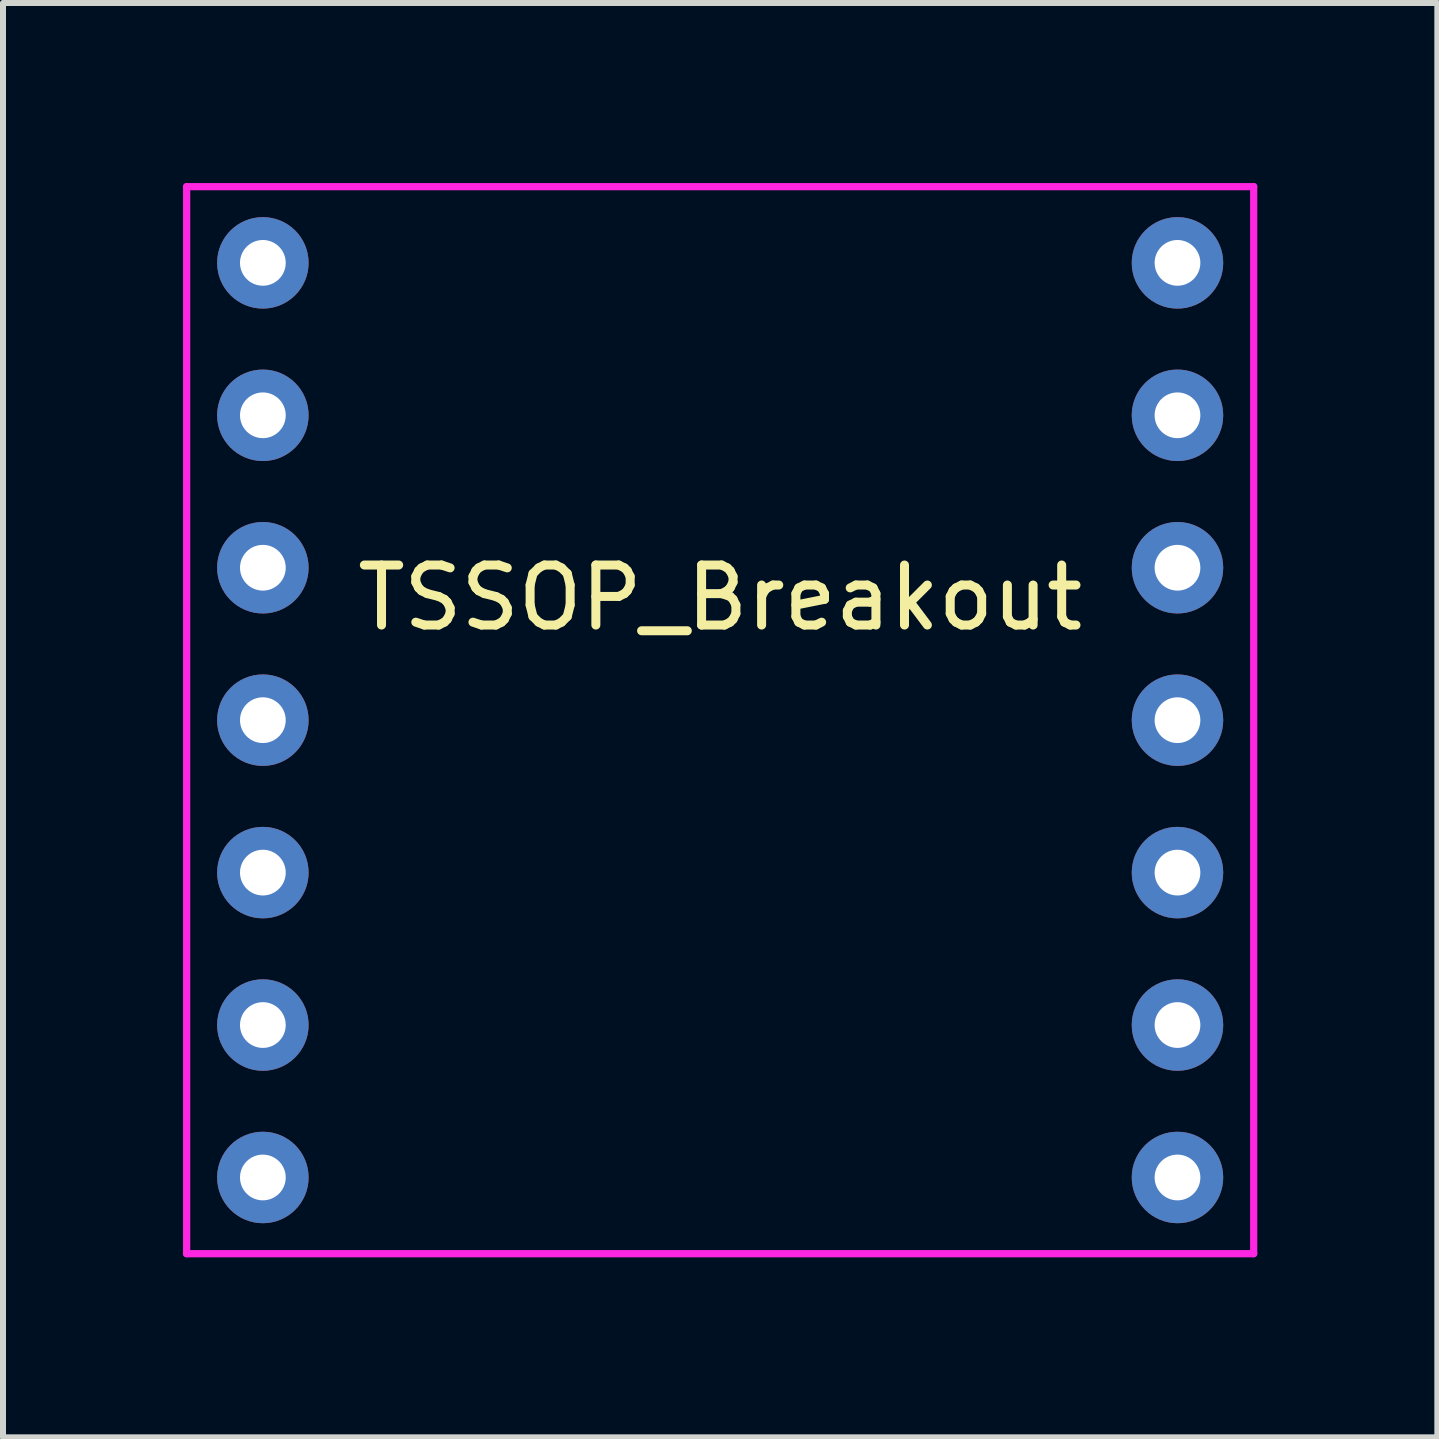
<source format=kicad_pcb>
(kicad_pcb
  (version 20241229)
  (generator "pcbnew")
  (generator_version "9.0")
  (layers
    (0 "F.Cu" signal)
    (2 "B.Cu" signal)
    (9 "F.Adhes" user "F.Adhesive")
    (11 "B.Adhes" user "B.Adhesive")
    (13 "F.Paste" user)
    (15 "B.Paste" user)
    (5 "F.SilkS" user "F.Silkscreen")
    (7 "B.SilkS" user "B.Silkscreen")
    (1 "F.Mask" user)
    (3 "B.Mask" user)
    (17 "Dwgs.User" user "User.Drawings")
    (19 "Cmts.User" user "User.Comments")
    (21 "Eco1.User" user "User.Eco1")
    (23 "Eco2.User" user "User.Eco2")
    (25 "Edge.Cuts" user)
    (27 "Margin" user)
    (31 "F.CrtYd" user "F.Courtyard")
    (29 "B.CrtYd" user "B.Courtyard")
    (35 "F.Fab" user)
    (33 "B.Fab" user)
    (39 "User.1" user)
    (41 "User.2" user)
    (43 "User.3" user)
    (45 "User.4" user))
  (footprint "TSSOP_Breakout"
    (layer "F.Cu")
    (at 8.95 8.95)
    (property "Reference" "TSSOP_Breakout" (at 0 -2.04 0) (layer "F.SilkS") (effects (font (size 1 1) (thickness 0.15))))
    (attr through_hole)
    (fp_line (start -8.89 -8.89) (end 8.89 -8.89) (stroke (width 0.12) (type solid)) (layer "F.CrtYd"))
    (fp_line (start -8.89 8.89) (end -8.89 -8.89) (stroke (width 0.12) (type solid)) (layer "F.CrtYd"))
    (fp_line (start 8.89 -8.89) (end 8.89 8.89) (stroke (width 0.12) (type solid)) (layer "F.CrtYd"))
    (fp_line (start 8.89 8.89) (end -8.89 8.89) (stroke (width 0.12) (type solid)) (layer "F.CrtYd"))
    (pad "1" thru_hole circle (at -7.62 -7.62) (size 1.524 1.524) (drill 0.762) (layers "*.Cu" "*.Mask"))
    (pad "2" thru_hole circle (at -7.62 -5.08) (size 1.524 1.524) (drill 0.762) (layers "*.Cu" "*.Mask"))
    (pad "3" thru_hole circle (at -7.62 -2.54) (size 1.524 1.524) (drill 0.762) (layers "*.Cu" "*.Mask"))
    (pad "4" thru_hole circle (at -7.62 0) (size 1.524 1.524) (drill 0.762) (layers "*.Cu" "*.Mask"))
    (pad "5" thru_hole circle (at -7.62 2.54) (size 1.524 1.524) (drill 0.762) (layers "*.Cu" "*.Mask"))
    (pad "6" thru_hole circle (at -7.62 5.08) (size 1.524 1.524) (drill 0.762) (layers "*.Cu" "*.Mask"))
    (pad "7" thru_hole circle (at -7.62 7.62) (size 1.524 1.524) (drill 0.762) (layers "*.Cu" "*.Mask"))
    (pad "8" thru_hole circle (at 7.62 7.62) (size 1.524 1.524) (drill 0.762) (layers "*.Cu" "*.Mask"))
    (pad "9" thru_hole circle (at 7.62 5.08) (size 1.524 1.524) (drill 0.762) (layers "*.Cu" "*.Mask"))
    (pad "10" thru_hole circle (at 7.62 2.54) (size 1.524 1.524) (drill 0.762) (layers "*.Cu" "*.Mask"))
    (pad "11" thru_hole circle (at 7.62 0) (size 1.524 1.524) (drill 0.762) (layers "*.Cu" "*.Mask"))
    (pad "12" thru_hole circle (at 7.62 -2.54) (size 1.524 1.524) (drill 0.762) (layers "*.Cu" "*.Mask"))
    (pad "13" thru_hole circle (at 7.62 -5.08) (size 1.524 1.524) (drill 0.762) (layers "*.Cu" "*.Mask"))
    (pad "14" thru_hole circle (at 7.62 -7.62) (size 1.524 1.524) (drill 0.762) (layers "*.Cu" "*.Mask")))
  (gr_rect
    (start -3 -3)
    (end 20.9 20.9)
    (stroke (width 0.1) (type default))
    (fill no)
    (layer "Edge.Cuts")))
</source>
